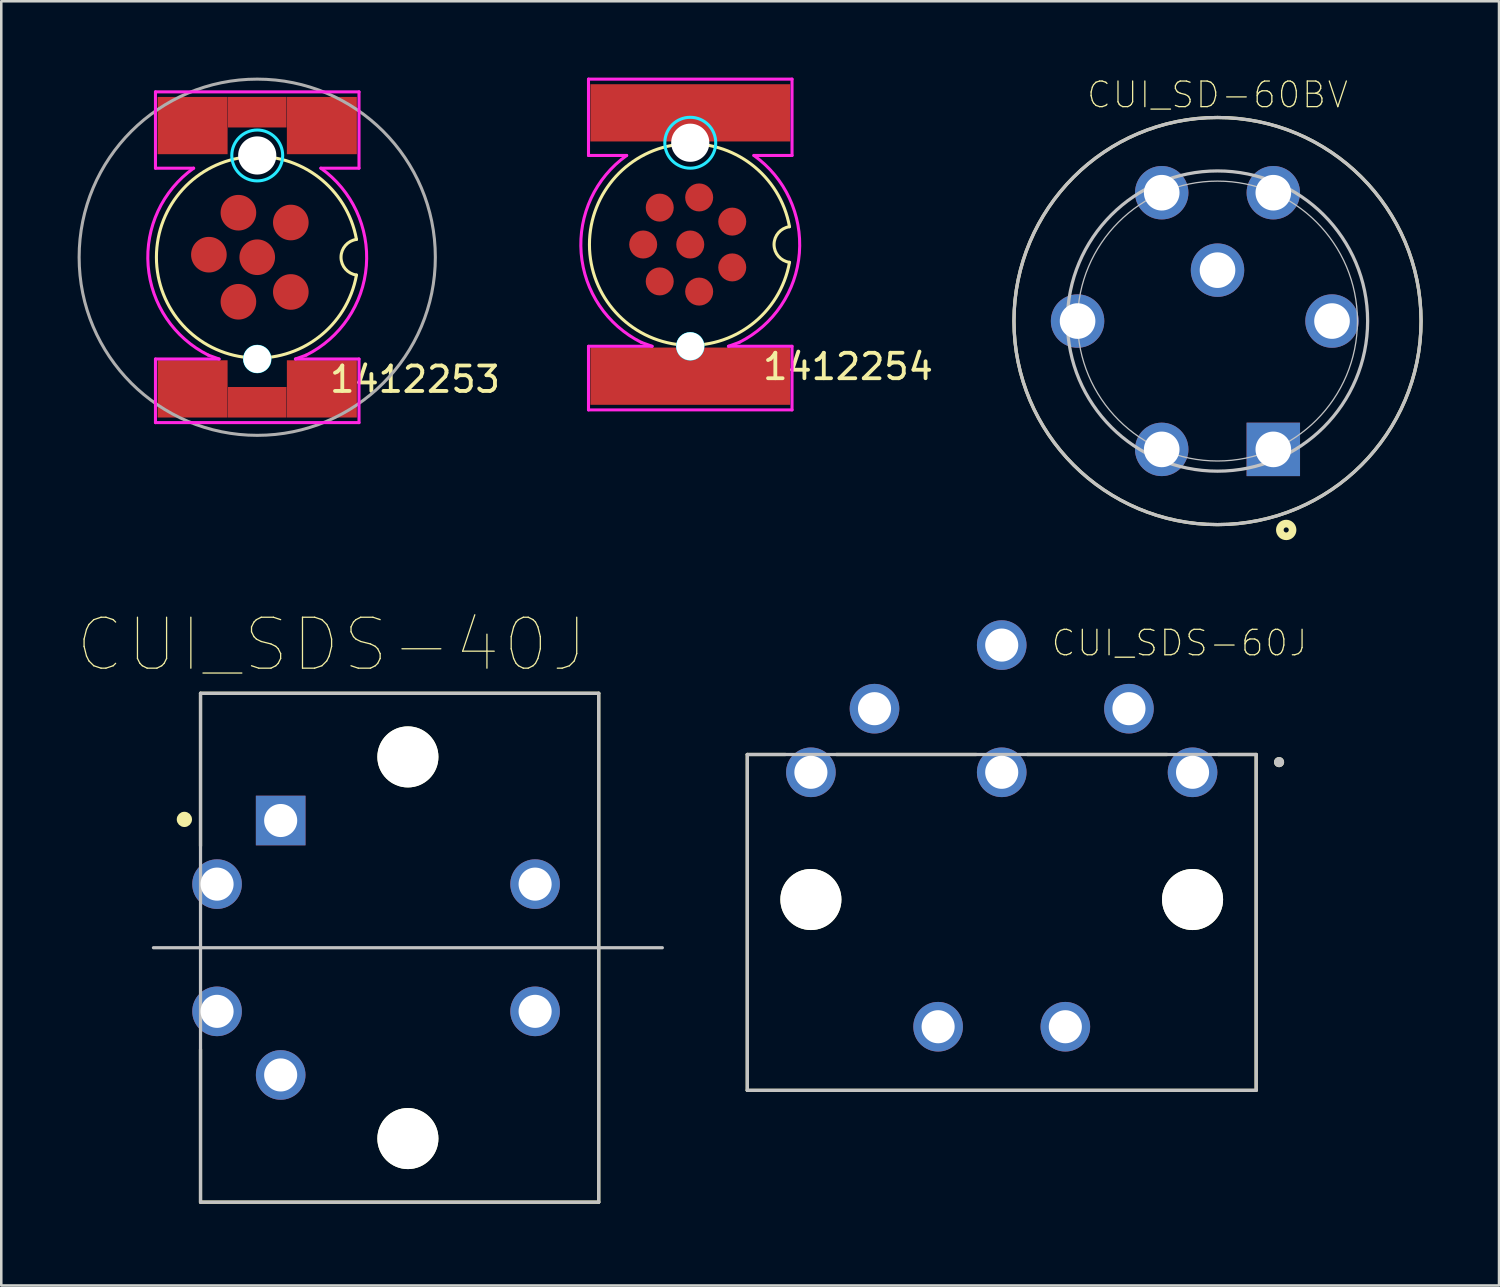
<source format=kicad_pcb>
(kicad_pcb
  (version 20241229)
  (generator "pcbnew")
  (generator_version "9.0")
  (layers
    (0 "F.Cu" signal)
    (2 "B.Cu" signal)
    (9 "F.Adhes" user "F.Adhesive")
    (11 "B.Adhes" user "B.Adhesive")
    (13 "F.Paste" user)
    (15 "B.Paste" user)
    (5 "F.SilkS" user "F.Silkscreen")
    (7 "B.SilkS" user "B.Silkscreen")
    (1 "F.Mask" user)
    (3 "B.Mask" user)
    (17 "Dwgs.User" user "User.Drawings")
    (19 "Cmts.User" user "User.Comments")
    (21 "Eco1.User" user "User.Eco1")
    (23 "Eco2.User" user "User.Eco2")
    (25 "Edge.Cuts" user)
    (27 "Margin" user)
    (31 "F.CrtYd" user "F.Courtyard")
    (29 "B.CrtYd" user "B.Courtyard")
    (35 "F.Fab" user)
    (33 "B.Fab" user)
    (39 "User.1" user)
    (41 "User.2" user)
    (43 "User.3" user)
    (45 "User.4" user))
  (footprint "CUI_SD-60BV"
    (layer "F.Cu")
    (at 44.801 9.568)
    (property "Reference" "CUI_SD-60BV" (at 0 -8.89 0) (layer "F.SilkS") (effects (font (size 1.008 1.008) (thickness 0.05))))
    (attr through_hole)
    (fp_circle (center 0 0) (end 8 0) (stroke (width 0.127) (type solid)) (fill no) (layer "F.SilkS"))
    (fp_circle (center 2.7 8.21) (end 2.8 8.21) (stroke (width 0.3) (type solid)) (fill no) (layer "F.SilkS"))
    (fp_circle (center 0 0) (end 5.5 0) (stroke (width 0.05) (type solid)) (fill no) (layer "Dwgs.User"))
    (fp_circle (center 0 0) (end 5.9 0) (stroke (width 0.127) (type solid)) (fill no) (layer "Dwgs.User"))
    (fp_circle (center 0 0) (end 8 0) (stroke (width 0.127) (type solid)) (fill no) (layer "Dwgs.User"))
    (pad "1" thru_hole rect (at 2.193 5.044) (size 2.1 2.1) (drill 1.4) (layers "*.Cu" "*.Mask"))
    (pad "2" thru_hole circle (at -2.193 5.044) (size 2.1 2.1) (drill 1.4) (layers "*.Cu" "*.Mask"))
    (pad "3" thru_hole circle (at -5.5 0) (size 2.1 2.1) (drill 1.4) (layers "*.Cu" "*.Mask"))
    (pad "4" thru_hole circle (at -2.193 -5.044) (size 2.1 2.1) (drill 1.4) (layers "*.Cu" "*.Mask"))
    (pad "5" thru_hole circle (at 2.193 -5.044) (size 2.1 2.1) (drill 1.4) (layers "*.Cu" "*.Mask"))
    (pad "6" thru_hole circle (at 0 -2) (size 2.1 2.1) (drill 1.4) (layers "*.Cu" "*.Mask"))
    (pad "S" thru_hole circle (at 4.5 0) (size 2.1 2.1) (drill 1.4) (layers "*.Cu" "*.Mask")))
  (footprint "CUI_SDS-60J"
    (layer "F.Cu")
    (at 36.32 27.303)
    (property "Reference" "CUI_SDS-60J" (at 6.985 -5.08 0) (layer "F.SilkS") (effects (font (size 1.002 1.002) (thickness 0.05))))
    (attr through_hole)
    (fp_line (start -10 -0.7) (end -10 12.5) (stroke (width 0.127) (type solid)) (layer "F.SilkS"))
    (fp_line (start -10 -0.7) (end -8.5 -0.7) (stroke (width 0.127) (type solid)) (layer "F.SilkS"))
    (fp_line (start -10 12.5) (end 10 12.5) (stroke (width 0.127) (type solid)) (layer "F.SilkS"))
    (fp_line (start -6.5 -0.7) (end -1 -0.7) (stroke (width 0.127) (type solid)) (layer "F.SilkS"))
    (fp_line (start 1 -0.7) (end 6.5 -0.7) (stroke (width 0.127) (type solid)) (layer "F.SilkS"))
    (fp_line (start 10 -0.7) (end 8.5 -0.7) (stroke (width 0.127) (type solid)) (layer "F.SilkS"))
    (fp_line (start 10 12.5) (end 10 -0.7) (stroke (width 0.127) (type solid)) (layer "F.SilkS"))
    (fp_circle (center 10.9 -0.4) (end 11 -0.4) (stroke (width 0.2) (type solid)) (fill no) (layer "F.SilkS"))
    (fp_line (start -10 -0.7) (end -10 12.5) (stroke (width 0.127) (type solid)) (layer "Dwgs.User"))
    (fp_line (start -10 12.5) (end 10 12.5) (stroke (width 0.127) (type solid)) (layer "Dwgs.User"))
    (fp_line (start 10 -0.7) (end -10 -0.7) (stroke (width 0.127) (type solid)) (layer "Dwgs.User"))
    (fp_line (start 10 12.5) (end 10 -0.7) (stroke (width 0.127) (type solid)) (layer "Dwgs.User"))
    (fp_circle (center 10.9 -0.4) (end 11 -0.4) (stroke (width 0.2) (type solid)) (fill no) (layer "Dwgs.User"))
    (fp_line (start -10.25 -6.25) (end 10.25 -6.25) (stroke (width 0.05) (type solid)) (layer "Eco1.User"))
    (fp_line (start -10.25 12.75) (end -10.25 -6.25) (stroke (width 0.05) (type solid)) (layer "Eco1.User"))
    (fp_line (start 10.25 -6.25) (end 10.25 12.75) (stroke (width 0.05) (type solid)) (layer "Eco1.User"))
    (fp_line (start 10.25 12.75) (end -10.25 12.75) (stroke (width 0.05) (type solid)) (layer "Eco1.User"))
    (pad "" np_thru_hole circle (at -7.5 5) (size 2.4 2.4) (drill 2.4) (layers "*.Cu" "*.Mask" "F.SilkS"))
    (pad "" np_thru_hole circle (at 7.5 5) (size 2.4 2.4) (drill 2.4) (layers "*.Cu" "*.Mask" "F.SilkS"))
    (pad "1" thru_hole circle (at 7.5 0) (size 1.95 1.95) (drill 1.3) (layers "*.Cu" "*.Mask"))
    (pad "2" thru_hole circle (at 5 -2.5) (size 1.95 1.95) (drill 1.3) (layers "*.Cu" "*.Mask"))
    (pad "3" thru_hole circle (at 0 0) (size 1.95 1.95) (drill 1.3) (layers "*.Cu" "*.Mask"))
    (pad "4" thru_hole circle (at -5 -2.5) (size 1.95 1.95) (drill 1.3) (layers "*.Cu" "*.Mask"))
    (pad "5" thru_hole circle (at -7.5 0) (size 1.95 1.95) (drill 1.3) (layers "*.Cu" "*.Mask"))
    (pad "6" thru_hole circle (at 0 -5) (size 1.95 1.95) (drill 1.3) (layers "*.Cu" "*.Mask"))
    (pad "S" thru_hole circle (at -2.5 10) (size 1.95 1.95) (drill 1.3) (layers "*.Cu" "*.Mask"))
    (pad "S" thru_hole circle (at 2.5 10) (size 1.95 1.95) (drill 1.3) (layers "*.Cu" "*.Mask")))
  (footprint "CUI_SDS-40J"
    (layer "F.Cu")
    (at 12.981 34.198)
    (property "Reference" "CUI_SDS-40J" (at -2.998 -11.911 0) (layer "F.SilkS") (effects (font (size 2.003 2.003) (thickness 0.05))))
    (attr through_hole)
    (fp_line (start -8.15 -10) (end 7.5 -10) (stroke (width 0.127) (type solid)) (layer "F.SilkS"))
    (fp_line (start -8.15 -4) (end -8.15 -10) (stroke (width 0.127) (type solid)) (layer "F.SilkS"))
    (fp_line (start -8.15 10) (end -8.15 4) (stroke (width 0.127) (type solid)) (layer "F.SilkS"))
    (fp_line (start 7.5 10) (end -8.15 10) (stroke (width 0.127) (type solid)) (layer "F.SilkS"))
    (fp_line (start 7.5 10) (end 7.5 -10) (stroke (width 0.127) (type solid)) (layer "F.SilkS"))
    (fp_circle (center -8.784 -5.044) (end -8.634 -5.044) (stroke (width 0.3) (type solid)) (fill no) (layer "F.SilkS"))
    (fp_line (start -8.15 -10) (end 7.5 -10) (stroke (width 0.127) (type solid)) (layer "Dwgs.User"))
    (fp_line (start -8.15 10) (end -8.15 -10) (stroke (width 0.127) (type solid)) (layer "Dwgs.User"))
    (fp_line (start 7.5 -10) (end 7.5 10) (stroke (width 0.127) (type solid)) (layer "Dwgs.User"))
    (fp_line (start 7.5 10) (end -8.15 10) (stroke (width 0.127) (type solid)) (layer "Dwgs.User"))
    (fp_line (start 10 0) (end -10 0) (stroke (width 0.127) (type solid)) (layer "Dwgs.User"))
    (fp_line (start -8.75 -3.75) (end -8.4 -3.75) (stroke (width 0.05) (type solid)) (layer "Eco1.User"))
    (fp_line (start -8.75 -1.25) (end -8.75 -3.75) (stroke (width 0.05) (type solid)) (layer "Eco1.User"))
    (fp_line (start -8.75 1.25) (end -8.4 1.25) (stroke (width 0.05) (type solid)) (layer "Eco1.User"))
    (fp_line (start -8.75 3.75) (end -8.75 1.25) (stroke (width 0.05) (type solid)) (layer "Eco1.User"))
    (fp_line (start -8.4 -10.25) (end 7.75 -10.25) (stroke (width 0.05) (type solid)) (layer "Eco1.User"))
    (fp_line (start -8.4 -3.75) (end -8.4 -10.25) (stroke (width 0.05) (type solid)) (layer "Eco1.User"))
    (fp_line (start -8.4 -1.25) (end -8.75 -1.25) (stroke (width 0.05) (type solid)) (layer "Eco1.User"))
    (fp_line (start -8.4 1.25) (end -8.4 -1.25) (stroke (width 0.05) (type solid)) (layer "Eco1.User"))
    (fp_line (start -8.4 3.75) (end -8.75 3.75) (stroke (width 0.05) (type solid)) (layer "Eco1.User"))
    (fp_line (start -8.4 10.25) (end -8.4 3.75) (stroke (width 0.05) (type solid)) (layer "Eco1.User"))
    (fp_line (start 7.75 -10.25) (end 7.75 10.25) (stroke (width 0.05) (type solid)) (layer "Eco1.User"))
    (fp_line (start 7.75 10.25) (end -8.4 10.25) (stroke (width 0.05) (type solid)) (layer "Eco1.User"))
    (pad "" np_thru_hole circle (at 0 -7.5) (size 2.4 2.4) (drill 2.4) (layers "*.Cu" "*.Mask" "F.SilkS"))
    (pad "" np_thru_hole circle (at 0 7.5) (size 2.4 2.4) (drill 2.4) (layers "*.Cu" "*.Mask" "F.SilkS"))
    (pad "1" thru_hole rect (at -5 -5 90) (size 1.95 1.95) (drill 1.3) (layers "*.Cu" "*.Mask"))
    (pad "2" thru_hole circle (at -7.5 -2.5 90) (size 1.95 1.95) (drill 1.3) (layers "*.Cu" "*.Mask"))
    (pad "3" thru_hole circle (at -7.5 2.5 90) (size 1.95 1.95) (drill 1.3) (layers "*.Cu" "*.Mask"))
    (pad "4" thru_hole circle (at -5 5 90) (size 1.95 1.95) (drill 1.3) (layers "*.Cu" "*.Mask"))
    (pad "S1" thru_hole circle (at 5 2.5 90) (size 1.95 1.95) (drill 1.3) (layers "*.Cu" "*.Mask"))
    (pad "S2" thru_hole circle (at 5 -2.5 90) (size 1.95 1.95) (drill 1.3) (layers "*.Cu" "*.Mask")))
  (footprint "1412253"
    (layer "F.Cu")
    (at 7.06 7.06)
    (property "Reference" "1412253" (at 6.2 4.8 0) (layer "F.SilkS") (effects (font (size 1 1) (thickness 0.15))))
    (attr through_hole)
    (fp_arc (start 3.899999 0.699999) (mid 3.292894 -0.000001) (end 3.900001 -0.699999) (stroke (width 0.12) (type solid)) (layer "F.SilkS"))
    (fp_arc (start 3.9 0.700001) (mid -3.962323 -0.000001) (end 3.9 -0.699998) (stroke (width 0.12) (type solid)) (layer "F.SilkS"))
    (fp_circle (center 0 -4) (end 1 -4) (stroke (width 0.12) (type solid)) (fill no) (layer "B.CrtYd"))
    (fp_circle (center 0 4) (end 0.5 4) (stroke (width 0.12) (type solid)) (fill no) (layer "B.CrtYd"))
    (fp_line (start -4 -6.5) (end -4 -3.5) (stroke (width 0.12) (type solid)) (layer "F.CrtYd"))
    (fp_line (start -4 -6.5) (end 4 -6.5) (stroke (width 0.12) (type solid)) (layer "F.CrtYd"))
    (fp_line (start -4 -3.5) (end -2.5 -3.5) (stroke (width 0.12) (type solid)) (layer "F.CrtYd"))
    (fp_line (start -4 4) (end -1.5 4) (stroke (width 0.12) (type solid)) (layer "F.CrtYd"))
    (fp_line (start -4 6.5) (end -4 4) (stroke (width 0.12) (type solid)) (layer "F.CrtYd"))
    (fp_line (start -1.5 4) (end -1.924 3.847) (stroke (width 0.12) (type solid)) (layer "F.CrtYd"))
    (fp_line (start 1.5 4) (end 1.924 3.847) (stroke (width 0.12) (type solid)) (layer "F.CrtYd"))
    (fp_line (start 4 -6.5) (end 4 -3.5) (stroke (width 0.12) (type solid)) (layer "F.CrtYd"))
    (fp_line (start 4 -3.5) (end 2.5 -3.5) (stroke (width 0.12) (type solid)) (layer "F.CrtYd"))
    (fp_line (start 4 4) (end 1.5 4) (stroke (width 0.12) (type solid)) (layer "F.CrtYd"))
    (fp_line (start 4 6.5) (end -4 6.5) (stroke (width 0.12) (type solid)) (layer "F.CrtYd"))
    (fp_line (start 4 6.5) (end 4 4) (stroke (width 0.12) (type solid)) (layer "F.CrtYd"))
    (fp_arc (start -1.923538 3.847075) (mid -4.287982 0.336441) (end -2.499999 -3.499999) (stroke (width 0.12) (type solid)) (layer "F.CrtYd"))
    (fp_arc (start 2.5 -3.5) (mid 4.287984 0.33644) (end 1.923539 3.847074) (stroke (width 0.12) (type solid)) (layer "F.CrtYd"))
    (fp_circle (center 0 0) (end 7 0) (stroke (width 0.12) (type solid)) (fill no) (layer "F.Fab"))
    (pad "" np_thru_hole circle (at 0 -4) (size 1.5 1.5) (drill 1.5) (layers "*.Cu" "*.Mask"))
    (pad "" np_thru_hole circle (at 0 4) (size 1.1 1.1) (drill 1.1) (layers "*.Cu" "*.Mask"))
    (pad "1" smd circle (at 1.32 -1.365) (size 1.4 1.4) (layers "F.Cu" "F.Mask" "F.Paste"))
    (pad "2" smd circle (at 1.32 1.365) (size 1.4 1.4) (layers "F.Cu" "F.Mask" "F.Paste"))
    (pad "3" smd circle (at -0.74 1.75) (size 1.4 1.4) (layers "F.Cu" "F.Mask" "F.Paste"))
    (pad "4" smd circle (at -1.9 -0.1) (size 1.4 1.4) (layers "F.Cu" "F.Mask" "F.Paste"))
    (pad "5" smd circle (at -0.74 -1.75) (size 1.4 1.4) (layers "F.Cu" "F.Mask" "F.Paste"))
    (pad "6" smd circle (at 0 0 90) (size 1.4 1.4) (layers "F.Cu" "F.Mask" "F.Paste"))
    (pad "~" smd rect (at -2.54 -5.175) (size 2.75 2.25) (layers "F.Cu" "F.Mask" "F.Paste"))
    (pad "~" smd rect (at -2.54 5.175 180) (size 2.75 2.25) (layers "F.Cu" "F.Mask" "F.Paste"))
    (pad "~" smd rect (at 0 -5.7) (size 2.3 1.2) (layers "F.Cu" "F.Mask" "F.Paste"))
    (pad "~" smd rect (at 0 5.7) (size 2.3 1.2) (layers "F.Cu" "F.Mask" "F.Paste"))
    (pad "~" smd rect (at 2.54 -5.175) (size 2.75 2.25) (layers "F.Cu" "F.Mask" "F.Paste"))
    (pad "~" smd rect (at 2.54 5.175 180) (size 2.75 2.25) (layers "F.Cu" "F.Mask" "F.Paste")))
  (footprint "1412254"
    (layer "F.Cu")
    (at 24.079 6.56)
    (property "Reference" "1412254" (at 6.2 4.8 0) (layer "F.SilkS") (effects (font (size 1 1) (thickness 0.15))))
    (attr through_hole)
    (fp_arc (start 3.899999 0.699999) (mid 3.292894 -0.000001) (end 3.900001 -0.699999) (stroke (width 0.12) (type solid)) (layer "F.SilkS"))
    (fp_arc (start 3.9 0.700001) (mid -3.962323 -0.000001) (end 3.9 -0.699998) (stroke (width 0.12) (type solid)) (layer "F.SilkS"))
    (fp_circle (center 0 -4) (end 1 -4) (stroke (width 0.12) (type solid)) (fill no) (layer "B.CrtYd"))
    (fp_circle (center 0 4) (end 0.5 4) (stroke (width 0.12) (type solid)) (fill no) (layer "B.CrtYd"))
    (fp_line (start -4 -6.5) (end -4 -3.5) (stroke (width 0.12) (type solid)) (layer "F.CrtYd"))
    (fp_line (start -4 -6.5) (end 4 -6.5) (stroke (width 0.12) (type solid)) (layer "F.CrtYd"))
    (fp_line (start -4 -3.5) (end -2.5 -3.5) (stroke (width 0.12) (type solid)) (layer "F.CrtYd"))
    (fp_line (start -4 4) (end -1.5 4) (stroke (width 0.12) (type solid)) (layer "F.CrtYd"))
    (fp_line (start -4 6.5) (end -4 4) (stroke (width 0.12) (type solid)) (layer "F.CrtYd"))
    (fp_line (start -1.5 4) (end -1.924 3.847) (stroke (width 0.12) (type solid)) (layer "F.CrtYd"))
    (fp_line (start 1.5 4) (end 1.924 3.847) (stroke (width 0.12) (type solid)) (layer "F.CrtYd"))
    (fp_line (start 4 -6.5) (end 4 -3.5) (stroke (width 0.12) (type solid)) (layer "F.CrtYd"))
    (fp_line (start 4 -3.5) (end 2.5 -3.5) (stroke (width 0.12) (type solid)) (layer "F.CrtYd"))
    (fp_line (start 4 4) (end 1.5 4) (stroke (width 0.12) (type solid)) (layer "F.CrtYd"))
    (fp_line (start 4 6.5) (end -4 6.5) (stroke (width 0.12) (type solid)) (layer "F.CrtYd"))
    (fp_line (start 4 6.5) (end 4 4) (stroke (width 0.12) (type solid)) (layer "F.CrtYd"))
    (fp_arc (start -1.923538 3.847075) (mid -4.287982 0.336441) (end -2.499999 -3.499999) (stroke (width 0.12) (type solid)) (layer "F.CrtYd"))
    (fp_arc (start 2.5 -3.5) (mid 4.287984 0.33644) (end 1.923539 3.847074) (stroke (width 0.12) (type solid)) (layer "F.CrtYd"))
    (pad "" np_thru_hole circle (at 0 -4) (size 1.5 1.5) (drill 1.5) (layers "*.Cu" "*.Mask"))
    (pad "" np_thru_hole circle (at 0 4) (size 1.1 1.1) (drill 1.1) (layers "*.Cu" "*.Mask"))
    (pad "1" smd circle (at 1.65 -0.9 90) (size 1.1 1.1) (layers "F.Cu" "F.Mask" "F.Paste"))
    (pad "2" smd circle (at 1.65 0.9 90) (size 1.1 1.1) (layers "F.Cu" "F.Mask" "F.Paste"))
    (pad "3" smd circle (at 0.35 1.85 90) (size 1.1 1.1) (layers "F.Cu" "F.Mask" "F.Paste"))
    (pad "4" smd circle (at -1.2 1.45 90) (size 1.1 1.1) (layers "F.Cu" "F.Mask" "F.Paste"))
    (pad "5" smd circle (at -1.85 0 90) (size 1.1 1.1) (layers "F.Cu" "F.Mask" "F.Paste"))
    (pad "6" smd circle (at -1.2 -1.45 90) (size 1.1 1.1) (layers "F.Cu" "F.Mask" "F.Paste"))
    (pad "7" smd circle (at 0.35 -1.85 90) (size 1.1 1.1) (layers "F.Cu" "F.Mask" "F.Paste"))
    (pad "8" smd circle (at 0 0 90) (size 1.1 1.1) (layers "F.Cu" "F.Mask" "F.Paste"))
    (pad "~" connect rect (at 0 -5.175) (size 7.85 2.25) (layers "F.Cu" "F.Mask"))
    (pad "~" connect rect (at 0 5.175) (size 7.85 2.25) (layers "F.Cu" "F.Mask")))
  (gr_rect
    (start -3 -3)
    (end 55.865 47.473)
    (stroke (width 0.1) (type default))
    (fill no)
    (layer "Edge.Cuts")))
</source>
